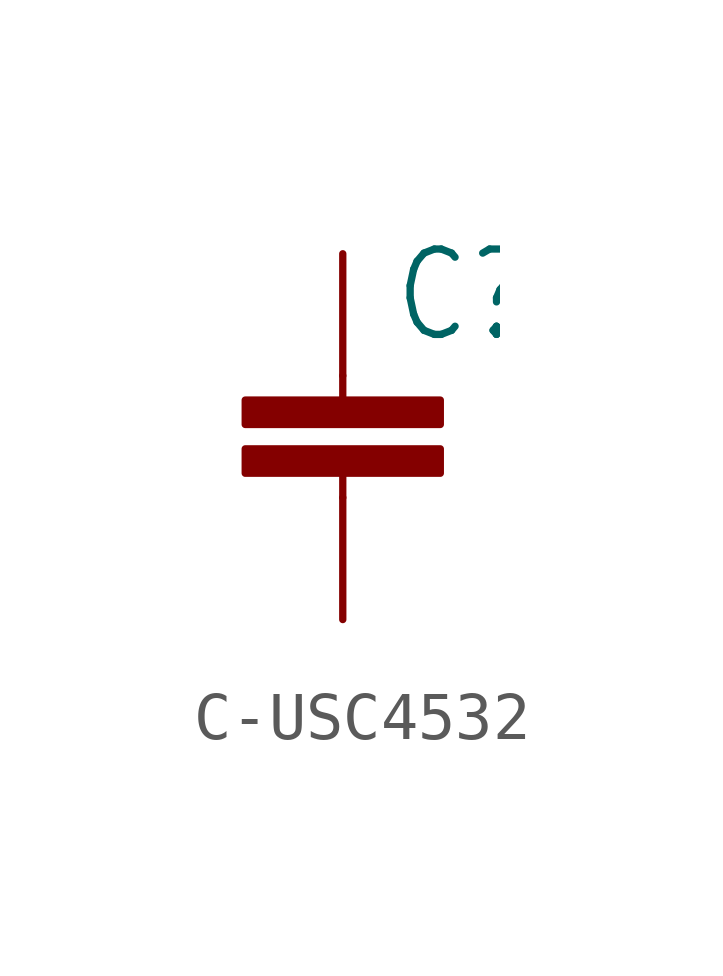
<source format=kicad_sym>
(kicad_symbol_lib
  (version 20231120)
  (generator "kicad_symbol_editor")
  (generator_version "8.99")
  (symbol "C-USC4532"
    (property "Reference" "C"
      (at 1.016 0.635 0)
      (effects (font (size 1.778 1.511)) (justify left bottom)))
    (property "Value" ""
      (at 1.016 -4.191 0)
      (effects (font (size 1.778 1.511)) (justify left bottom)))
    (property "ki_locked" ""
      (at 0 0 0)
      (effects (font (size 1.27 1.27))))
    (symbol "C-USC4532_1_0"
      (rectangle (start -2.032 -2.032) (end 2.032 -1.524) (stroke (width 0) (type default)) (fill (type outline)))
      (rectangle (start -2.032 -1.016) (end 2.032 -0.508) (stroke (width 0) (type default)) (fill (type outline)))
      (polyline (pts (xy 0 -2.54) (xy 0 -2.032)) (stroke (width 0.152) (type solid)) (fill (type none)))
      (polyline (pts (xy 0 0) (xy 0 -0.508)) (stroke (width 0.152) (type solid)) (fill (type none)))
      (pin passive line (at 0 2.54 270) (length 2.54) (name "1" (effects (font (size 0 0)))) (number "1" (effects (font (size 0 0)))))
      (pin passive line (at 0 -5.08 90) (length 2.54) (name "2" (effects (font (size 0 0)))) (number "2" (effects (font (size 0 0))))))))
</source>
